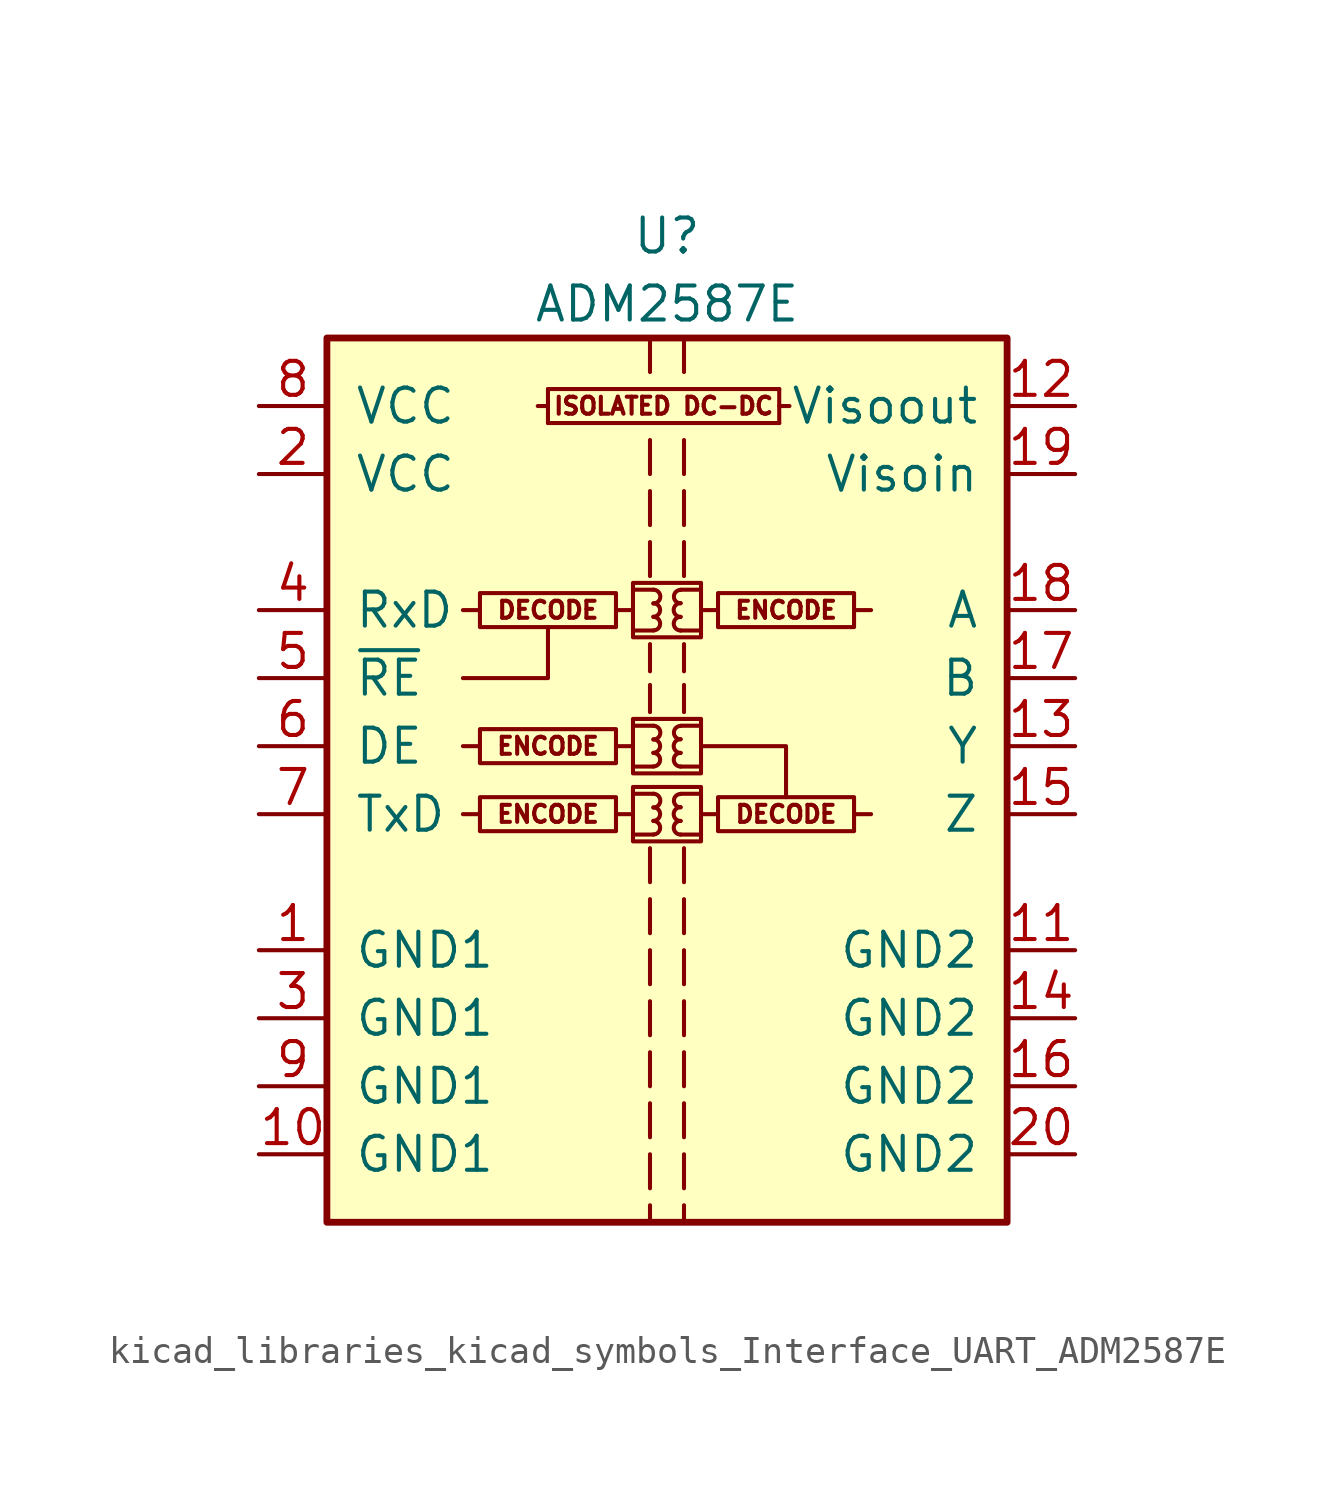
<source format=kicad_sym>
(kicad_symbol_lib
  (version 20220914)
  (generator kicad_symbol_editor)
  (symbol "kicad_libraries_kicad_symbols_Interface_UART_ADM2587E"
    (pin_names
      (offset 1.016))
    (property "Reference" "U"
      (at 0 21.59 0)
      (effects (font (size 1.27 1.27))))
    (property "Value" "ADM2587E"
      (at 0 19.05 0)
      (effects (font (size 1.27 1.27))))
    (symbol "kicad_libraries_kicad_symbols_Interface_UART_ADM2587E_0_0"
      (rectangle (start -1.905 0.635) (end -6.985 -0.635) (stroke (width 0) (type default)) (fill (type none)))
      (rectangle (start -1.27 1.016) (end 1.27 -1.016) (stroke (width 0) (type default)) (fill (type none)))
      (rectangle (start -1.27 3.556) (end 1.27 1.524) (stroke (width 0) (type default)) (fill (type none)))
      (rectangle (start -1.27 8.636) (end 1.27 6.604) (stroke (width 0) (type default)) (fill (type none)))
      (arc (start -0.508 -0.762) (mid -0.2551 -0.508) (end -0.508 -0.254) (stroke (width 0) (type default)) (fill (type none)))
      (arc (start -0.508 -0.254) (mid -0.2551 0) (end -0.508 0.254) (stroke (width 0) (type default)) (fill (type none)))
      (arc (start -0.508 0.254) (mid -0.2551 0.508) (end -0.508 0.762) (stroke (width 0) (type default)) (fill (type none)))
      (arc (start -0.508 1.778) (mid -0.2551 2.032) (end -0.508 2.286) (stroke (width 0) (type default)) (fill (type none)))
      (arc (start -0.508 2.286) (mid -0.2551 2.54) (end -0.508 2.794) (stroke (width 0) (type default)) (fill (type none)))
      (arc (start -0.508 2.794) (mid -0.2551 3.048) (end -0.508 3.302) (stroke (width 0) (type default)) (fill (type none)))
      (arc (start -0.508 6.858) (mid -0.2551 7.112) (end -0.508 7.366) (stroke (width 0) (type default)) (fill (type none)))
      (arc (start -0.508 7.366) (mid -0.2551 7.62) (end -0.508 7.874) (stroke (width 0) (type default)) (fill (type none)))
      (arc (start -0.508 7.874) (mid -0.2551 8.128) (end -0.508 8.382) (stroke (width 0) (type default)) (fill (type none)))
      (polyline (pts (xy -6.985 0) (xy -7.62 0)) (stroke (width 0) (type default)) (fill (type none)))
      (polyline (pts (xy -6.985 2.54) (xy -7.62 2.54)) (stroke (width 0) (type default)) (fill (type none)))
      (polyline (pts (xy -6.985 7.62) (xy -7.62 7.62)) (stroke (width 0) (type default)) (fill (type none)))
      (polyline (pts (xy -4.445 14.605) (xy 4.191 14.605)) (stroke (width 0) (type default)) (fill (type none)))
      (polyline (pts (xy -4.445 15.24) (xy -4.826 15.24)) (stroke (width 0) (type default)) (fill (type none)))
      (polyline (pts (xy -4.445 15.875) (xy -4.445 14.605)) (stroke (width 0) (type default)) (fill (type none)))
      (polyline (pts (xy -1.905 0) (xy -1.27 0)) (stroke (width 0) (type default)) (fill (type none)))
      (polyline (pts (xy -1.905 2.54) (xy -1.27 2.54)) (stroke (width 0) (type default)) (fill (type none)))
      (polyline (pts (xy -1.905 7.62) (xy -1.27 7.62)) (stroke (width 0) (type default)) (fill (type none)))
      (polyline (pts (xy -1.27 -0.762) (xy -0.508 -0.762)) (stroke (width 0) (type default)) (fill (type none)))
      (polyline (pts (xy -1.27 0.762) (xy -0.508 0.762)) (stroke (width 0) (type default)) (fill (type none)))
      (polyline (pts (xy -1.27 1.778) (xy -0.508 1.778)) (stroke (width 0) (type default)) (fill (type none)))
      (polyline (pts (xy -1.27 3.302) (xy -0.508 3.302)) (stroke (width 0) (type default)) (fill (type none)))
      (polyline (pts (xy -1.27 6.858) (xy -0.508 6.858)) (stroke (width 0) (type default)) (fill (type none)))
      (polyline (pts (xy -1.27 8.382) (xy -0.508 8.382)) (stroke (width 0) (type default)) (fill (type none)))
      (polyline (pts (xy -0.635 -14.605) (xy -0.635 -15.24)) (stroke (width 0) (type default)) (fill (type none)))
      (polyline (pts (xy -0.635 -12.7) (xy -0.635 -13.97)) (stroke (width 0) (type default)) (fill (type none)))
      (polyline (pts (xy -0.635 -10.795) (xy -0.635 -12.065)) (stroke (width 0) (type default)) (fill (type none)))
      (polyline (pts (xy -0.635 -8.89) (xy -0.635 -10.16)) (stroke (width 0) (type default)) (fill (type none)))
      (polyline (pts (xy -0.635 -6.985) (xy -0.635 -8.255)) (stroke (width 0) (type default)) (fill (type none)))
      (polyline (pts (xy -0.635 -5.08) (xy -0.635 -6.35)) (stroke (width 0) (type default)) (fill (type none)))
      (polyline (pts (xy -0.635 -3.175) (xy -0.635 -4.445)) (stroke (width 0) (type default)) (fill (type none)))
      (polyline (pts (xy -0.635 -1.27) (xy -0.635 -2.54)) (stroke (width 0) (type default)) (fill (type none)))
      (polyline (pts (xy -0.635 4.826) (xy -0.635 3.81)) (stroke (width 0) (type default)) (fill (type none)))
      (polyline (pts (xy -0.635 6.35) (xy -0.635 5.334)) (stroke (width 0) (type default)) (fill (type none)))
      (polyline (pts (xy -0.635 8.89) (xy -0.635 10.16)) (stroke (width 0) (type default)) (fill (type none)))
      (polyline (pts (xy -0.635 10.795) (xy -0.635 12.065)) (stroke (width 0) (type default)) (fill (type none)))
      (polyline (pts (xy -0.635 12.7) (xy -0.635 13.97)) (stroke (width 0) (type default)) (fill (type none)))
      (polyline (pts (xy -0.635 17.78) (xy -0.635 16.51)) (stroke (width 0) (type default)) (fill (type none)))
      (polyline (pts (xy 0.635 -14.605) (xy 0.635 -15.24)) (stroke (width 0) (type default)) (fill (type none)))
      (polyline (pts (xy 0.635 -12.7) (xy 0.635 -13.97)) (stroke (width 0) (type default)) (fill (type none)))
      (polyline (pts (xy 0.635 -10.795) (xy 0.635 -12.065)) (stroke (width 0) (type default)) (fill (type none)))
      (polyline (pts (xy 0.635 -8.89) (xy 0.635 -10.16)) (stroke (width 0) (type default)) (fill (type none)))
      (polyline (pts (xy 0.635 -6.985) (xy 0.635 -8.255)) (stroke (width 0) (type default)) (fill (type none)))
      (polyline (pts (xy 0.635 -5.08) (xy 0.635 -6.35)) (stroke (width 0) (type default)) (fill (type none)))
      (polyline (pts (xy 0.635 -3.175) (xy 0.635 -4.445)) (stroke (width 0) (type default)) (fill (type none)))
      (polyline (pts (xy 0.635 -1.27) (xy 0.635 -2.54)) (stroke (width 0) (type default)) (fill (type none)))
      (polyline (pts (xy 0.635 3.81) (xy 0.635 4.826)) (stroke (width 0) (type default)) (fill (type none)))
      (polyline (pts (xy 0.635 6.35) (xy 0.635 5.334)) (stroke (width 0) (type default)) (fill (type none)))
      (polyline (pts (xy 0.635 8.89) (xy 0.635 10.16)) (stroke (width 0) (type default)) (fill (type none)))
      (polyline (pts (xy 0.635 12.065) (xy 0.635 10.795)) (stroke (width 0) (type default)) (fill (type none)))
      (polyline (pts (xy 0.635 13.97) (xy 0.635 12.7)) (stroke (width 0) (type default)) (fill (type none)))
      (polyline (pts (xy 0.635 17.78) (xy 0.635 16.51)) (stroke (width 0) (type default)) (fill (type none)))
      (polyline (pts (xy 1.27 -0.762) (xy 0.508 -0.762)) (stroke (width 0) (type default)) (fill (type none)))
      (polyline (pts (xy 1.27 0.762) (xy 0.508 0.762)) (stroke (width 0) (type default)) (fill (type none)))
      (polyline (pts (xy 1.27 1.778) (xy 0.508 1.778)) (stroke (width 0) (type default)) (fill (type none)))
      (polyline (pts (xy 1.27 3.302) (xy 0.508 3.302)) (stroke (width 0) (type default)) (fill (type none)))
      (polyline (pts (xy 1.27 6.858) (xy 0.508 6.858)) (stroke (width 0) (type default)) (fill (type none)))
      (polyline (pts (xy 1.27 8.382) (xy 0.508 8.382)) (stroke (width 0) (type default)) (fill (type none)))
      (polyline (pts (xy 1.905 0) (xy 1.27 0)) (stroke (width 0) (type default)) (fill (type none)))
      (polyline (pts (xy 1.905 7.62) (xy 1.27 7.62)) (stroke (width 0) (type default)) (fill (type none)))
      (polyline (pts (xy 4.191 15.24) (xy 4.572 15.24)) (stroke (width 0) (type default)) (fill (type none)))
      (polyline (pts (xy 4.191 15.875) (xy -4.445 15.875)) (stroke (width 0) (type default)) (fill (type none)))
      (polyline (pts (xy 4.191 15.875) (xy 4.191 14.605)) (stroke (width 0) (type default)) (fill (type none)))
      (polyline (pts (xy 6.985 0) (xy 7.62 0)) (stroke (width 0) (type default)) (fill (type none)))
      (polyline (pts (xy 6.985 7.62) (xy 7.62 7.62)) (stroke (width 0) (type default)) (fill (type none)))
      (arc (start 0.508 -0.254) (mid 0.2551 -0.508) (end 0.508 -0.762) (stroke (width 0) (type default)) (fill (type none)))
      (arc (start 0.508 0.254) (mid 0.2551 0) (end 0.508 -0.254) (stroke (width 0) (type default)) (fill (type none)))
      (arc (start 0.508 0.762) (mid 0.2551 0.508) (end 0.508 0.254) (stroke (width 0) (type default)) (fill (type none)))
      (arc (start 0.508 2.286) (mid 0.2551 2.032) (end 0.508 1.778) (stroke (width 0) (type default)) (fill (type none)))
      (arc (start 0.508 2.794) (mid 0.2551 2.54) (end 0.508 2.286) (stroke (width 0) (type default)) (fill (type none)))
      (arc (start 0.508 3.302) (mid 0.2551 3.048) (end 0.508 2.794) (stroke (width 0) (type default)) (fill (type none)))
      (arc (start 0.508 7.366) (mid 0.2551 7.112) (end 0.508 6.858) (stroke (width 0) (type default)) (fill (type none)))
      (arc (start 0.508 7.874) (mid 0.2551 7.62) (end 0.508 7.366) (stroke (width 0) (type default)) (fill (type none)))
      (arc (start 0.508 8.382) (mid 0.2551 8.128) (end 0.508 7.874) (stroke (width 0) (type default)) (fill (type none)))
      (rectangle (start 1.905 0.635) (end 6.985 -0.635) (stroke (width 0) (type default)) (fill (type none)))
      (rectangle (start 1.905 8.255) (end 6.985 6.985) (stroke (width 0) (type default)) (fill (type none)))
      (text "DECODE" (at -4.445 7.62 0) (effects (font (size 0.635 0.635))))
      (text "DECODE" (at 4.445 0 0) (effects (font (size 0.635 0.635))))
      (text "ENCODE" (at -4.445 0 0) (effects (font (size 0.635 0.635))))
      (text "ENCODE" (at -4.445 2.54 0) (effects (font (size 0.635 0.635))))
      (text "ENCODE" (at 4.445 7.62 0) (effects (font (size 0.635 0.635))))
      (text "ISOLATED DC-DC" (at -0.127 15.24 0) (effects (font (size 0.635 0.635)))))
    (symbol "kicad_libraries_kicad_symbols_Interface_UART_ADM2587E_0_1"
      (rectangle (start -12.7 17.78) (end 12.7 -15.24) (stroke (width 0.254) (type default)) (fill (type background)))
      (rectangle (start -1.905 3.175) (end -6.985 1.905) (stroke (width 0) (type default)) (fill (type none)))
      (rectangle (start -1.905 8.255) (end -6.985 6.985) (stroke (width 0) (type default)) (fill (type none)))
      (polyline (pts (xy -7.62 5.08) (xy -4.445 5.08) (xy -4.445 6.985)) (stroke (width 0) (type default)) (fill (type none)))
      (polyline (pts (xy 1.27 2.54) (xy 4.445 2.54) (xy 4.445 0.635)) (stroke (width 0) (type default)) (fill (type none))))
    (symbol "kicad_libraries_kicad_symbols_Interface_UART_ADM2587E_1_1"
      (pin power_in line (at -15.24 -5.08 0) (length 2.54) (name "GND1" (effects (font (size 1.27 1.27)))) (number "1" (effects (font (size 1.27 1.27)))))
      (pin power_in line (at -15.24 -12.7 0) (length 2.54) (name "GND1" (effects (font (size 1.27 1.27)))) (number "10" (effects (font (size 1.27 1.27)))))
      (pin power_in line (at 15.24 -5.08 180) (length 2.54) (name "GND2" (effects (font (size 1.27 1.27)))) (number "11" (effects (font (size 1.27 1.27)))))
      (pin power_out line (at 15.24 15.24 180) (length 2.54) (name "Visoout" (effects (font (size 1.27 1.27)))) (number "12" (effects (font (size 1.27 1.27)))))
      (pin output line (at 15.24 2.54 180) (length 2.54) (name "Y" (effects (font (size 1.27 1.27)))) (number "13" (effects (font (size 1.27 1.27)))))
      (pin power_in line (at 15.24 -7.62 180) (length 2.54) (name "GND2" (effects (font (size 1.27 1.27)))) (number "14" (effects (font (size 1.27 1.27)))))
      (pin output line (at 15.24 0 180) (length 2.54) (name "Z" (effects (font (size 1.27 1.27)))) (number "15" (effects (font (size 1.27 1.27)))))
      (pin power_in line (at 15.24 -10.16 180) (length 2.54) (name "GND2" (effects (font (size 1.27 1.27)))) (number "16" (effects (font (size 1.27 1.27)))))
      (pin input line (at 15.24 5.08 180) (length 2.54) (name "B" (effects (font (size 1.27 1.27)))) (number "17" (effects (font (size 1.27 1.27)))))
      (pin input line (at 15.24 7.62 180) (length 2.54) (name "A" (effects (font (size 1.27 1.27)))) (number "18" (effects (font (size 1.27 1.27)))))
      (pin power_in line (at 15.24 12.7 180) (length 2.54) (name "Visoin" (effects (font (size 1.27 1.27)))) (number "19" (effects (font (size 1.27 1.27)))))
      (pin power_in line (at -15.24 12.7 0) (length 2.54) (name "VCC" (effects (font (size 1.27 1.27)))) (number "2" (effects (font (size 1.27 1.27)))))
      (pin power_in line (at 15.24 -12.7 180) (length 2.54) (name "GND2" (effects (font (size 1.27 1.27)))) (number "20" (effects (font (size 1.27 1.27)))))
      (pin power_in line (at -15.24 -7.62 0) (length 2.54) (name "GND1" (effects (font (size 1.27 1.27)))) (number "3" (effects (font (size 1.27 1.27)))))
      (pin output line (at -15.24 7.62 0) (length 2.54) (name "RxD" (effects (font (size 1.27 1.27)))) (number "4" (effects (font (size 1.27 1.27)))))
      (pin input line (at -15.24 5.08 0) (length 2.54) (name "~{RE}" (effects (font (size 1.27 1.27)))) (number "5" (effects (font (size 1.27 1.27)))))
      (pin input line (at -15.24 2.54 0) (length 2.54) (name "DE" (effects (font (size 1.27 1.27)))) (number "6" (effects (font (size 1.27 1.27)))))
      (pin input line (at -15.24 0 0) (length 2.54) (name "TxD" (effects (font (size 1.27 1.27)))) (number "7" (effects (font (size 1.27 1.27)))))
      (pin power_in line (at -15.24 15.24 0) (length 2.54) (name "VCC" (effects (font (size 1.27 1.27)))) (number "8" (effects (font (size 1.27 1.27)))))
      (pin power_in line (at -15.24 -10.16 0) (length 2.54) (name "GND1" (effects (font (size 1.27 1.27)))) (number "9" (effects (font (size 1.27 1.27))))))))
</source>
